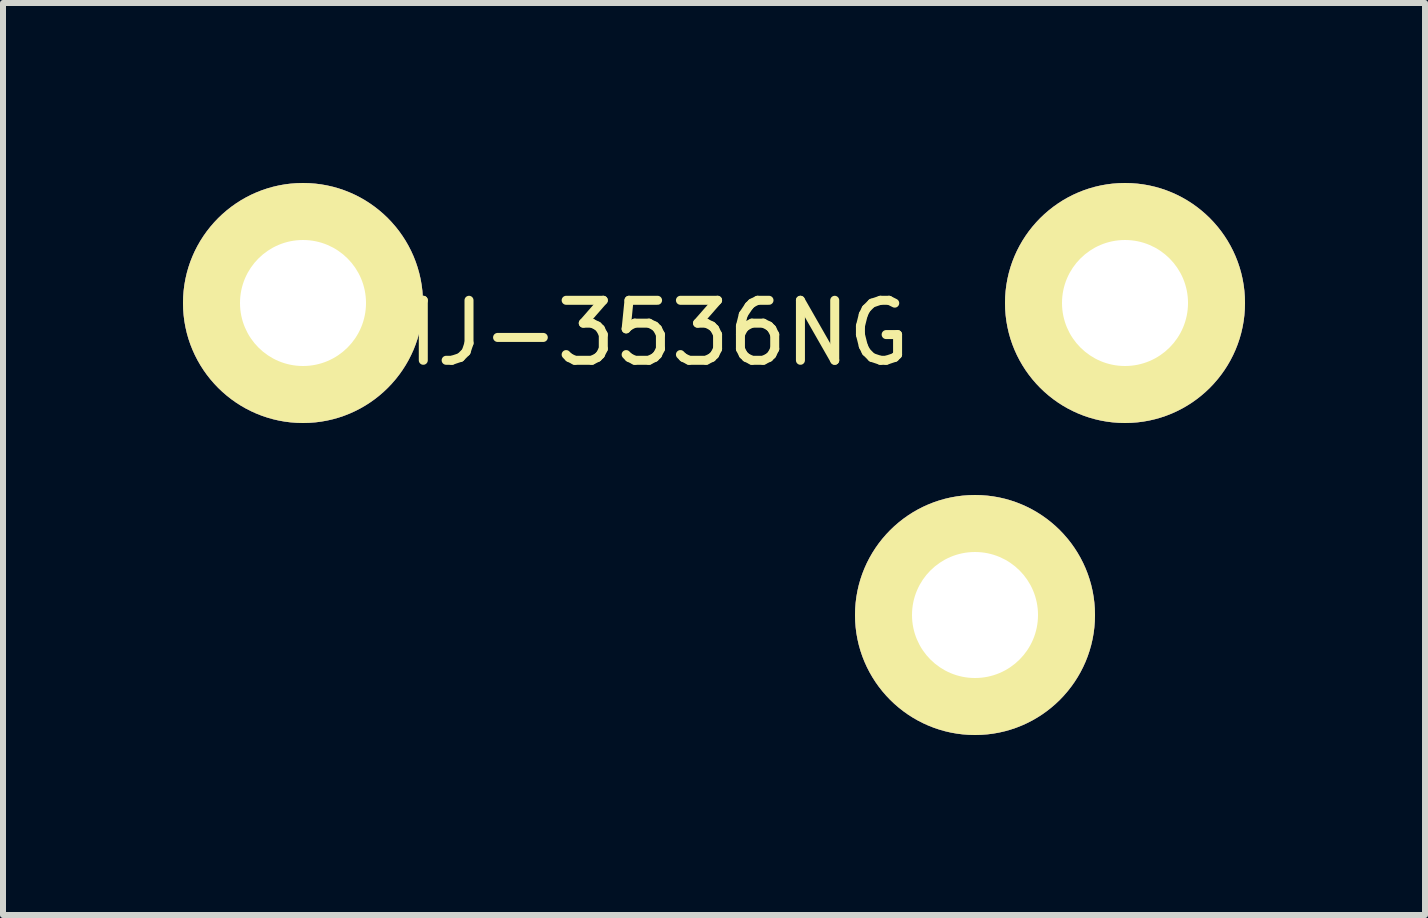
<source format=kicad_pcb>
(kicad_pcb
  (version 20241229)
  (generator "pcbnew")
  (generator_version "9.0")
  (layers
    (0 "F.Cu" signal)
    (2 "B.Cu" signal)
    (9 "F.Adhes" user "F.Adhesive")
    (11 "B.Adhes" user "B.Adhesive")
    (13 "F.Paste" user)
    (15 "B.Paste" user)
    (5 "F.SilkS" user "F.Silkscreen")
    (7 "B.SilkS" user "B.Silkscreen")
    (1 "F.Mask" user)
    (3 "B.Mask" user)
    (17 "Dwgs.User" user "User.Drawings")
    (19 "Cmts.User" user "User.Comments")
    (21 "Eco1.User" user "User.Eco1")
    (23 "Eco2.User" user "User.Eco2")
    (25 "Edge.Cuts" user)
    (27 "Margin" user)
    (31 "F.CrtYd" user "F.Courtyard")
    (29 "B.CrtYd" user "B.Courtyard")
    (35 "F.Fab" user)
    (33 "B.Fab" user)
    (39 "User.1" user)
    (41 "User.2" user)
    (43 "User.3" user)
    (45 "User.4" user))
  (footprint "MJ-3536NG"
    (layer "F.Cu")
    (at 7.6 2)
    (property "Reference" "MJ-3536NG" (at 0 0.5 0) (layer "F.SilkS") (effects (font (size 1 1) (thickness 0.15))))
    (attr through_hole)
    (pad "1" thru_hole circle (at -5.6 0) (size 4 4) (drill 2.1) (layers "*.Cu" "*.Mask" "F.SilkS"))
    (pad "2" thru_hole circle (at 8.1 0) (size 4 4) (drill 2.1) (layers "*.Cu" "*.Mask" "F.SilkS"))
    (pad "3" thru_hole circle (at 5.6 5.2) (size 4 4) (drill 2.1) (layers "*.Cu" "*.Mask" "F.SilkS")))
  (gr_rect
    (start -3 -3)
    (end 20.7 12.2)
    (stroke (width 0.1) (type default))
    (fill no)
    (layer "Edge.Cuts")))
</source>
